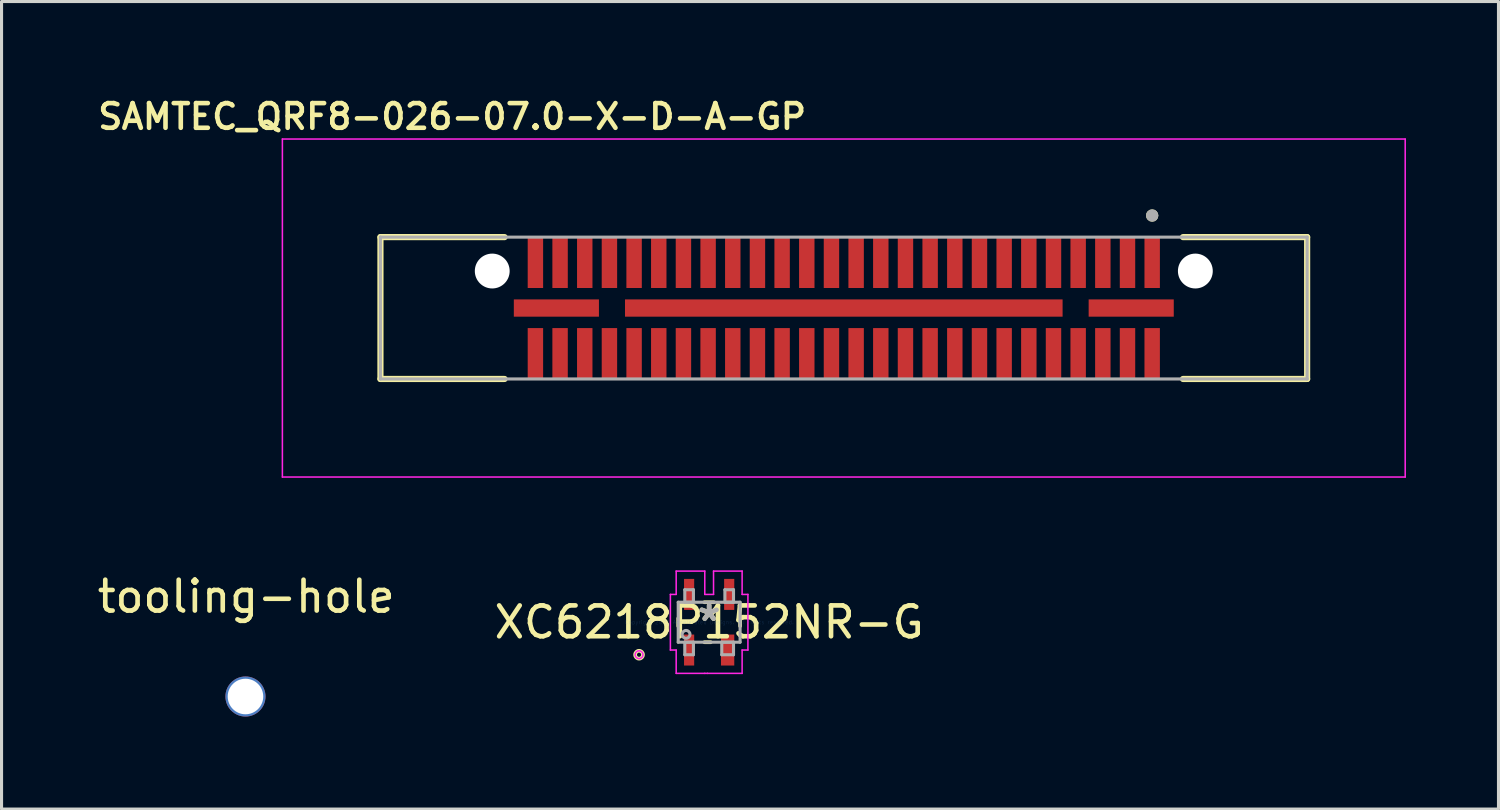
<source format=kicad_pcb>
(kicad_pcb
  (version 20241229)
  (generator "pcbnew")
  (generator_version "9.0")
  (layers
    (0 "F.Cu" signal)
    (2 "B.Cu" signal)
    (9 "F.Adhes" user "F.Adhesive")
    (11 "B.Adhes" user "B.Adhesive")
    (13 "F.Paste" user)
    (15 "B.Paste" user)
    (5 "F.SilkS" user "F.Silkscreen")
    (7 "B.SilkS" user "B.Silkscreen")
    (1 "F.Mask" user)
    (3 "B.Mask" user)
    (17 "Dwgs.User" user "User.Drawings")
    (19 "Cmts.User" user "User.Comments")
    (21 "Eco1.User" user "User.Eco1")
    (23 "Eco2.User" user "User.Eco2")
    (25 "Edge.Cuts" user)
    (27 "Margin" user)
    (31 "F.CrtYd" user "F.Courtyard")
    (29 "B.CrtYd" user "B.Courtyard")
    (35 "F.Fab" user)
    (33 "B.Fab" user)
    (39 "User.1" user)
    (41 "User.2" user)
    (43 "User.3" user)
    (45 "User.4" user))
  (footprint "tooling-hole"
    (layer "F.Cu")
    (at 4.935 16.793)
    (property "Reference" "tooling-hole" (at 0 -0.5 0) (unlocked yes) (layer "F.SilkS") (effects (font (size 1 1) (thickness 0.15))))
    (attr through_hole)
    (pad "1" thru_hole circle (at -0.025 2.743) (size 1.3 1.3) (drill 1.152) (layers "*.Cu" "*.Mask")))
  (footprint "XC6218P152NR-G"
    (layer "F.Cu")
    (at 19.946 17.127)
    (property "Reference" "XC6218P152NR-G" (at 0 0 0) (layer "F.SilkS") (effects (font (size 1 1) (thickness 0.15))))
    (attr through_hole)
    (fp_line (start -1.003 0.125) (end -1.003 -0.125) (stroke (width 0.12) (type solid)) (layer "F.SilkS"))
    (fp_line (start -0.153 -0.648) (end 0.153 -0.648) (stroke (width 0.12) (type solid)) (layer "F.SilkS"))
    (fp_line (start 0.051 0.648) (end -0.153 0.648) (stroke (width 0.12) (type solid)) (layer "F.SilkS"))
    (fp_line (start 1.003 -0.125) (end 1.003 0.125) (stroke (width 0.12) (type solid)) (layer "F.SilkS"))
    (fp_circle (center -2.273 1.054) (end -2.146 1.054) (stroke (width 0.12) (type solid)) (fill no) (layer "F.SilkS"))
    (fp_line (start -1.257 -0.902) (end -1.069 -0.902) (stroke (width 0.05) (type solid)) (layer "F.CrtYd"))
    (fp_line (start -1.257 0.902) (end -1.257 -0.902) (stroke (width 0.05) (type solid)) (layer "F.CrtYd"))
    (fp_line (start -1.069 -1.658) (end -0.142 -1.658) (stroke (width 0.05) (type solid)) (layer "F.CrtYd"))
    (fp_line (start -1.069 -0.902) (end -1.069 -1.658) (stroke (width 0.05) (type solid)) (layer "F.CrtYd"))
    (fp_line (start -1.069 0.902) (end -1.257 0.902) (stroke (width 0.05) (type solid)) (layer "F.CrtYd"))
    (fp_line (start -1.069 1.658) (end -1.069 0.902) (stroke (width 0.05) (type solid)) (layer "F.CrtYd"))
    (fp_line (start -0.142 -1.658) (end -0.142 -0.902) (stroke (width 0.05) (type solid)) (layer "F.CrtYd"))
    (fp_line (start -0.142 -0.902) (end 0.142 -0.902) (stroke (width 0.05) (type solid)) (layer "F.CrtYd"))
    (fp_line (start -0.142 1.658) (end -1.069 1.658) (stroke (width 0.05) (type solid)) (layer "F.CrtYd"))
    (fp_line (start -0.056 1.658) (end -0.142 1.658) (stroke (width 0.05) (type solid)) (layer "F.CrtYd"))
    (fp_line (start 0.142 -1.658) (end 1.069 -1.658) (stroke (width 0.05) (type solid)) (layer "F.CrtYd"))
    (fp_line (start 0.142 -0.902) (end 0.142 -1.658) (stroke (width 0.05) (type solid)) (layer "F.CrtYd"))
    (fp_line (start 1.069 -1.658) (end 1.069 -0.902) (stroke (width 0.05) (type solid)) (layer "F.CrtYd"))
    (fp_line (start 1.069 -0.902) (end 1.257 -0.902) (stroke (width 0.05) (type solid)) (layer "F.CrtYd"))
    (fp_line (start 1.069 0.902) (end 1.069 1.658) (stroke (width 0.05) (type solid)) (layer "F.CrtYd"))
    (fp_line (start 1.069 1.658) (end -0.056 1.658) (stroke (width 0.05) (type solid)) (layer "F.CrtYd"))
    (fp_line (start 1.257 -0.902) (end 1.257 0.902) (stroke (width 0.05) (type solid)) (layer "F.CrtYd"))
    (fp_line (start 1.257 0.902) (end 1.069 0.902) (stroke (width 0.05) (type solid)) (layer "F.CrtYd"))
    (fp_circle (center -2.273 1.054) (end -2.146 1.054) (stroke (width 0.05) (type solid)) (fill no) (layer "F.CrtYd"))
    (fp_line (start -1.003 -0.648) (end 1.003 -0.648) (stroke (width 0.1) (type solid)) (layer "F.Fab"))
    (fp_line (start -1.003 0.648) (end -1.003 -0.648) (stroke (width 0.1) (type solid)) (layer "F.Fab"))
    (fp_line (start -0.79 -1.054) (end -0.79 -0.648) (stroke (width 0.1) (type solid)) (layer "F.Fab"))
    (fp_line (start -0.79 -0.648) (end -0.51 -0.648) (stroke (width 0.1) (type solid)) (layer "F.Fab"))
    (fp_line (start -0.79 0.648) (end -0.79 1.054) (stroke (width 0.1) (type solid)) (layer "F.Fab"))
    (fp_line (start -0.79 1.054) (end -0.51 1.054) (stroke (width 0.1) (type solid)) (layer "F.Fab"))
    (fp_line (start -0.51 -1.054) (end -0.79 -1.054) (stroke (width 0.1) (type solid)) (layer "F.Fab"))
    (fp_line (start -0.51 -0.648) (end -0.51 -1.054) (stroke (width 0.1) (type solid)) (layer "F.Fab"))
    (fp_line (start -0.51 0.648) (end -0.79 0.648) (stroke (width 0.1) (type solid)) (layer "F.Fab"))
    (fp_line (start -0.51 1.054) (end -0.51 0.648) (stroke (width 0.1) (type solid)) (layer "F.Fab"))
    (fp_line (start 0.409 0.648) (end 0.409 1.054) (stroke (width 0.1) (type solid)) (layer "F.Fab"))
    (fp_line (start 0.409 1.054) (end 0.79 1.054) (stroke (width 0.1) (type solid)) (layer "F.Fab"))
    (fp_line (start 0.51 -1.054) (end 0.51 -0.648) (stroke (width 0.1) (type solid)) (layer "F.Fab"))
    (fp_line (start 0.51 -0.648) (end 0.79 -0.648) (stroke (width 0.1) (type solid)) (layer "F.Fab"))
    (fp_line (start 0.79 -1.054) (end 0.51 -1.054) (stroke (width 0.1) (type solid)) (layer "F.Fab"))
    (fp_line (start 0.79 -0.648) (end 0.79 -1.054) (stroke (width 0.1) (type solid)) (layer "F.Fab"))
    (fp_line (start 0.79 0.648) (end 0.409 0.648) (stroke (width 0.1) (type solid)) (layer "F.Fab"))
    (fp_line (start 0.79 1.054) (end 0.79 0.648) (stroke (width 0.1) (type solid)) (layer "F.Fab"))
    (fp_line (start 1.003 -0.648) (end 1.003 0.648) (stroke (width 0.1) (type solid)) (layer "F.Fab"))
    (fp_line (start 1.003 0.648) (end -1.003 0.648) (stroke (width 0.1) (type solid)) (layer "F.Fab"))
    (fp_circle (center -0.749 0.394) (end -0.622 0.394) (stroke (width 0.1) (type solid)) (fill no) (layer "F.Fab"))
    (fp_text user "*" (at 0 0 0) (layer "F.SilkS") (effects (font (size 1 1) (thickness 0.15))))
    (fp_text user "Copyright 2021 Accelerated Designs. All rights reserved." (at 0 0 0) (layer "Cmts.User") (effects (font (size 0.127 0.127) (thickness 0.002))))
    (fp_text user "*" (at 0 0 0) (layer "F.Fab") (effects (font (size 1 1) (thickness 0.15))))
    (pad "1" smd rect (at -0.65 0.902) (size 0.329 1.005) (layers "F.Cu" "F.Mask" "F.Paste"))
    (pad "2" smd rect (at 0.599 0.902) (size 0.431 1.005) (layers "F.Cu" "F.Mask" "F.Paste"))
    (pad "3" smd rect (at 0.65 -0.902) (size 0.329 1.005) (layers "F.Cu" "F.Mask" "F.Paste"))
    (pad "4" smd rect (at -0.65 -0.902) (size 0.329 1.005) (layers "F.Cu" "F.Mask" "F.Paste")))
  (footprint "SAMTEC_QRF8-026-07.0-X-D-A-GP"
    (layer "F.Cu")
    (at 24.312 6.939)
    (property "Reference" "SAMTEC_QRF8-026-07.0-X-D-A-GP" (at -12.7 -6.208 0) (layer "F.SilkS") (effects (font (size 0.8 0.8) (thickness 0.15))))
    (attr through_hole)
    (fp_line (start -15.025 -2.3) (end -15.025 2.3) (stroke (width 0.2) (type solid)) (layer "F.SilkS"))
    (fp_line (start -15.025 2.3) (end -11 2.3) (stroke (width 0.2) (type solid)) (layer "F.SilkS"))
    (fp_line (start -11 -2.3) (end -15.025 -2.3) (stroke (width 0.2) (type solid)) (layer "F.SilkS"))
    (fp_line (start 11 2.3) (end 15.025 2.3) (stroke (width 0.2) (type solid)) (layer "F.SilkS"))
    (fp_line (start 15.025 -2.3) (end 11 -2.3) (stroke (width 0.2) (type solid)) (layer "F.SilkS"))
    (fp_line (start 15.025 -2.3) (end 15.025 2.3) (stroke (width 0.2) (type solid)) (layer "F.SilkS"))
    (fp_circle (center 10 -3) (end 10.1 -3) (stroke (width 0.2) (type solid)) (fill no) (layer "F.SilkS"))
    (fp_line (start -18.205 -5.48) (end 18.205 -5.48) (stroke (width 0.05) (type solid)) (layer "F.CrtYd"))
    (fp_line (start -18.205 5.48) (end -18.205 -5.48) (stroke (width 0.05) (type solid)) (layer "F.CrtYd"))
    (fp_line (start 18.205 -5.48) (end 18.205 5.48) (stroke (width 0.05) (type solid)) (layer "F.CrtYd"))
    (fp_line (start 18.205 5.48) (end -18.205 5.48) (stroke (width 0.05) (type solid)) (layer "F.CrtYd"))
    (fp_line (start -15.025 -2.3) (end -15.025 2.3) (stroke (width 0.1) (type solid)) (layer "F.Fab"))
    (fp_line (start -15.025 2.3) (end 15.025 2.3) (stroke (width 0.1) (type solid)) (layer "F.Fab"))
    (fp_line (start 15.025 -2.3) (end -15.025 -2.3) (stroke (width 0.1) (type solid)) (layer "F.Fab"))
    (fp_line (start 15.025 2.3) (end 15.025 -2.3) (stroke (width 0.1) (type solid)) (layer "F.Fab"))
    (fp_circle (center 10 -3) (end 10.1 -3) (stroke (width 0.2) (type solid)) (fill no) (layer "F.Fab"))
    (pad "" np_thru_hole circle (at -11.4 -1.2) (size 1.13 1.13) (drill 1.13) (layers "*.Cu" "*.Mask"))
    (pad "" np_thru_hole circle (at 11.4 -1.2) (size 1.13 1.13) (drill 1.13) (layers "*.Cu" "*.Mask"))
    (pad "1" smd rect (at 10 -1.475) (size 0.5 1.65) (layers "F.Cu" "F.Mask" "F.Paste"))
    (pad "2" smd rect (at 10 1.475) (size 0.5 1.65) (layers "F.Cu" "F.Mask" "F.Paste"))
    (pad "3" smd rect (at 9.2 -1.475) (size 0.5 1.65) (layers "F.Cu" "F.Mask" "F.Paste"))
    (pad "4" smd rect (at 9.2 1.475) (size 0.5 1.65) (layers "F.Cu" "F.Mask" "F.Paste"))
    (pad "5" smd rect (at 8.4 -1.475) (size 0.5 1.65) (layers "F.Cu" "F.Mask" "F.Paste"))
    (pad "6" smd rect (at 8.4 1.475) (size 0.5 1.65) (layers "F.Cu" "F.Mask" "F.Paste"))
    (pad "7" smd rect (at 7.6 -1.475) (size 0.5 1.65) (layers "F.Cu" "F.Mask" "F.Paste"))
    (pad "8" smd rect (at 7.6 1.475) (size 0.5 1.65) (layers "F.Cu" "F.Mask" "F.Paste"))
    (pad "9" smd rect (at 6.8 -1.475) (size 0.5 1.65) (layers "F.Cu" "F.Mask" "F.Paste"))
    (pad "10" smd rect (at 6.8 1.475) (size 0.5 1.65) (layers "F.Cu" "F.Mask" "F.Paste"))
    (pad "11" smd rect (at 6 -1.475) (size 0.5 1.65) (layers "F.Cu" "F.Mask" "F.Paste"))
    (pad "12" smd rect (at 6 1.475) (size 0.5 1.65) (layers "F.Cu" "F.Mask" "F.Paste"))
    (pad "13" smd rect (at 5.2 -1.475) (size 0.5 1.65) (layers "F.Cu" "F.Mask" "F.Paste"))
    (pad "14" smd rect (at 5.2 1.475) (size 0.5 1.65) (layers "F.Cu" "F.Mask" "F.Paste"))
    (pad "15" smd rect (at 4.4 -1.475) (size 0.5 1.65) (layers "F.Cu" "F.Mask" "F.Paste"))
    (pad "16" smd rect (at 4.4 1.475) (size 0.5 1.65) (layers "F.Cu" "F.Mask" "F.Paste"))
    (pad "17" smd rect (at 3.6 -1.475) (size 0.5 1.65) (layers "F.Cu" "F.Mask" "F.Paste"))
    (pad "18" smd rect (at 3.6 1.475) (size 0.5 1.65) (layers "F.Cu" "F.Mask" "F.Paste"))
    (pad "19" smd rect (at 2.8 -1.475) (size 0.5 1.65) (layers "F.Cu" "F.Mask" "F.Paste"))
    (pad "20" smd rect (at 2.8 1.475) (size 0.5 1.65) (layers "F.Cu" "F.Mask" "F.Paste"))
    (pad "21" smd rect (at 2 -1.475) (size 0.5 1.65) (layers "F.Cu" "F.Mask" "F.Paste"))
    (pad "22" smd rect (at 2 1.475) (size 0.5 1.65) (layers "F.Cu" "F.Mask" "F.Paste"))
    (pad "23" smd rect (at 1.2 -1.475) (size 0.5 1.65) (layers "F.Cu" "F.Mask" "F.Paste"))
    (pad "24" smd rect (at 1.2 1.475) (size 0.5 1.65) (layers "F.Cu" "F.Mask" "F.Paste"))
    (pad "25" smd rect (at 0.4 -1.475) (size 0.5 1.65) (layers "F.Cu" "F.Mask" "F.Paste"))
    (pad "26" smd rect (at 0.4 1.475) (size 0.5 1.65) (layers "F.Cu" "F.Mask" "F.Paste"))
    (pad "27" smd rect (at -0.4 -1.475) (size 0.5 1.65) (layers "F.Cu" "F.Mask" "F.Paste"))
    (pad "28" smd rect (at -0.4 1.475) (size 0.5 1.65) (layers "F.Cu" "F.Mask" "F.Paste"))
    (pad "29" smd rect (at -1.2 -1.475) (size 0.5 1.65) (layers "F.Cu" "F.Mask" "F.Paste"))
    (pad "30" smd rect (at -1.2 1.475) (size 0.5 1.65) (layers "F.Cu" "F.Mask" "F.Paste"))
    (pad "31" smd rect (at -2 -1.475) (size 0.5 1.65) (layers "F.Cu" "F.Mask" "F.Paste"))
    (pad "32" smd rect (at -2 1.475) (size 0.5 1.65) (layers "F.Cu" "F.Mask" "F.Paste"))
    (pad "33" smd rect (at -2.8 -1.475) (size 0.5 1.65) (layers "F.Cu" "F.Mask" "F.Paste"))
    (pad "34" smd rect (at -2.8 1.475) (size 0.5 1.65) (layers "F.Cu" "F.Mask" "F.Paste"))
    (pad "35" smd rect (at -3.6 -1.475) (size 0.5 1.65) (layers "F.Cu" "F.Mask" "F.Paste"))
    (pad "36" smd rect (at -3.6 1.475) (size 0.5 1.65) (layers "F.Cu" "F.Mask" "F.Paste"))
    (pad "37" smd rect (at -4.4 -1.475) (size 0.5 1.65) (layers "F.Cu" "F.Mask" "F.Paste"))
    (pad "38" smd rect (at -4.4 1.475) (size 0.5 1.65) (layers "F.Cu" "F.Mask" "F.Paste"))
    (pad "39" smd rect (at -5.2 -1.475) (size 0.5 1.65) (layers "F.Cu" "F.Mask" "F.Paste"))
    (pad "40" smd rect (at -5.2 1.475) (size 0.5 1.65) (layers "F.Cu" "F.Mask" "F.Paste"))
    (pad "41" smd rect (at -6 -1.475) (size 0.5 1.65) (layers "F.Cu" "F.Mask" "F.Paste"))
    (pad "42" smd rect (at -6 1.475) (size 0.5 1.65) (layers "F.Cu" "F.Mask" "F.Paste"))
    (pad "43" smd rect (at -6.8 -1.475) (size 0.5 1.65) (layers "F.Cu" "F.Mask" "F.Paste"))
    (pad "44" smd rect (at -6.8 1.475) (size 0.5 1.65) (layers "F.Cu" "F.Mask" "F.Paste"))
    (pad "45" smd rect (at -7.6 -1.475) (size 0.5 1.65) (layers "F.Cu" "F.Mask" "F.Paste"))
    (pad "46" smd rect (at -7.6 1.475) (size 0.5 1.65) (layers "F.Cu" "F.Mask" "F.Paste"))
    (pad "47" smd rect (at -8.4 -1.475) (size 0.5 1.65) (layers "F.Cu" "F.Mask" "F.Paste"))
    (pad "48" smd rect (at -8.4 1.475) (size 0.5 1.65) (layers "F.Cu" "F.Mask" "F.Paste"))
    (pad "49" smd rect (at -9.2 -1.475) (size 0.5 1.65) (layers "F.Cu" "F.Mask" "F.Paste"))
    (pad "50" smd rect (at -9.2 1.475) (size 0.5 1.65) (layers "F.Cu" "F.Mask" "F.Paste"))
    (pad "51" smd rect (at -10 -1.475) (size 0.5 1.65) (layers "F.Cu" "F.Mask" "F.Paste"))
    (pad "52" smd rect (at -10 1.475) (size 0.5 1.65) (layers "F.Cu" "F.Mask" "F.Paste"))
    (pad "G1" smd rect (at -9.32 0) (size 2.76 0.56) (layers "F.Cu" "F.Mask" "F.Paste"))
    (pad "G2" smd rect (at 0 0) (size 14.19 0.56) (layers "F.Cu" "F.Mask" "F.Paste"))
    (pad "G3" smd rect (at 9.32 0) (size 2.76 0.56) (layers "F.Cu" "F.Mask" "F.Paste")))
  (gr_rect
    (start -3 -3)
    (end 45.542 23.186)
    (stroke (width 0.1) (type default))
    (fill no)
    (layer "Edge.Cuts")))
</source>
